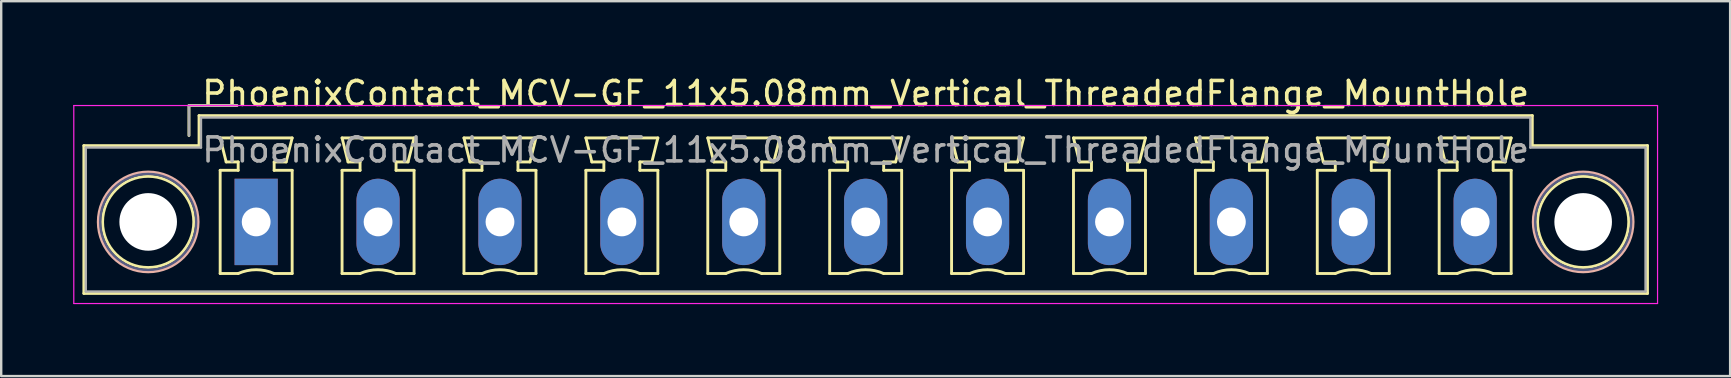
<source format=kicad_pcb>
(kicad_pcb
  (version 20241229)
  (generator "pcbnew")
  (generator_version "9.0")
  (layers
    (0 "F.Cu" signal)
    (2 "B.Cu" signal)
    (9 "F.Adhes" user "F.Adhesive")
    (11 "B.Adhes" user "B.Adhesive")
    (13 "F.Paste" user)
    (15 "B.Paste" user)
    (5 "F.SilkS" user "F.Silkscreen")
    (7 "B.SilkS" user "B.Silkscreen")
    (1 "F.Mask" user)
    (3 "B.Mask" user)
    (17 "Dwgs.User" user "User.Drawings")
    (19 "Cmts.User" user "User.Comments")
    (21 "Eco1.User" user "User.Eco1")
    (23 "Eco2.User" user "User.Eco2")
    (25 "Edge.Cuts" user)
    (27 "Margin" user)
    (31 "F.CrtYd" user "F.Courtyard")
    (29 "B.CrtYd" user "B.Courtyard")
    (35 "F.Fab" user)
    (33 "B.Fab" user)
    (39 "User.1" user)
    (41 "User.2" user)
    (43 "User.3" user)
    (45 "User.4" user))
  (footprint "PhoenixContact_MCV-GF_11x5.08mm_Vertical_ThreadedFlange_MountHole"
    (layer "F.Cu")
    (at 7.625 6.198)
    (property "Reference" "PhoenixContact_MCV-GF_11x5.08mm_Vertical_ThreadedFlange_MountHole" (at 25.4 -5.35 0) (layer "F.SilkS") (effects (font (size 1 1) (thickness 0.15))))
    (attr through_hole)
    (fp_line (start -7.18 -3.18) (end -7.18 2.98) (stroke (width 0.12) (type solid)) (layer "F.SilkS"))
    (fp_line (start -7.18 2.98) (end 57.98 2.98) (stroke (width 0.12) (type solid)) (layer "F.SilkS"))
    (fp_line (start -2.8 -4.85) (end -0.8 -4.85) (stroke (width 0.12) (type solid)) (layer "F.SilkS"))
    (fp_line (start -2.8 -3.6) (end -2.8 -4.85) (stroke (width 0.12) (type solid)) (layer "F.SilkS"))
    (fp_line (start -2.38 -4.43) (end -2.38 -3.18) (stroke (width 0.12) (type solid)) (layer "F.SilkS"))
    (fp_line (start -2.38 -3.18) (end -7.18 -3.18) (stroke (width 0.12) (type solid)) (layer "F.SilkS"))
    (fp_line (start -1.5 -3.5) (end 1.5 -3.5) (stroke (width 0.12) (type solid)) (layer "F.SilkS"))
    (fp_line (start -1.5 -2.15) (end -0.75 -2.15) (stroke (width 0.12) (type solid)) (layer "F.SilkS"))
    (fp_line (start -1.5 2.15) (end -1.5 -2.15) (stroke (width 0.12) (type solid)) (layer "F.SilkS"))
    (fp_line (start -1.25 -2.5) (end -1.5 -3.5) (stroke (width 0.12) (type solid)) (layer "F.SilkS"))
    (fp_line (start -0.75 -2.5) (end -1.25 -2.5) (stroke (width 0.12) (type solid)) (layer "F.SilkS"))
    (fp_line (start -0.75 -2.15) (end -0.75 -2.5) (stroke (width 0.12) (type solid)) (layer "F.SilkS"))
    (fp_line (start -0.75 2.15) (end -1.5 2.15) (stroke (width 0.12) (type solid)) (layer "F.SilkS"))
    (fp_line (start 0.75 -2.5) (end 0.75 -2.15) (stroke (width 0.12) (type solid)) (layer "F.SilkS"))
    (fp_line (start 0.75 -2.15) (end 1.5 -2.15) (stroke (width 0.12) (type solid)) (layer "F.SilkS"))
    (fp_line (start 1.25 -2.5) (end 0.75 -2.5) (stroke (width 0.12) (type solid)) (layer "F.SilkS"))
    (fp_line (start 1.5 -3.5) (end 1.25 -2.5) (stroke (width 0.12) (type solid)) (layer "F.SilkS"))
    (fp_line (start 1.5 -2.15) (end 1.5 2.15) (stroke (width 0.12) (type solid)) (layer "F.SilkS"))
    (fp_line (start 1.5 2.15) (end 0.75 2.15) (stroke (width 0.12) (type solid)) (layer "F.SilkS"))
    (fp_line (start 3.58 -3.5) (end 6.58 -3.5) (stroke (width 0.12) (type solid)) (layer "F.SilkS"))
    (fp_line (start 3.58 -2.15) (end 4.33 -2.15) (stroke (width 0.12) (type solid)) (layer "F.SilkS"))
    (fp_line (start 3.58 2.15) (end 3.58 -2.15) (stroke (width 0.12) (type solid)) (layer "F.SilkS"))
    (fp_line (start 3.83 -2.5) (end 3.58 -3.5) (stroke (width 0.12) (type solid)) (layer "F.SilkS"))
    (fp_line (start 4.33 -2.5) (end 3.83 -2.5) (stroke (width 0.12) (type solid)) (layer "F.SilkS"))
    (fp_line (start 4.33 -2.15) (end 4.33 -2.5) (stroke (width 0.12) (type solid)) (layer "F.SilkS"))
    (fp_line (start 4.33 2.15) (end 3.58 2.15) (stroke (width 0.12) (type solid)) (layer "F.SilkS"))
    (fp_line (start 5.83 -2.5) (end 5.83 -2.15) (stroke (width 0.12) (type solid)) (layer "F.SilkS"))
    (fp_line (start 5.83 -2.15) (end 6.58 -2.15) (stroke (width 0.12) (type solid)) (layer "F.SilkS"))
    (fp_line (start 6.33 -2.5) (end 5.83 -2.5) (stroke (width 0.12) (type solid)) (layer "F.SilkS"))
    (fp_line (start 6.58 -3.5) (end 6.33 -2.5) (stroke (width 0.12) (type solid)) (layer "F.SilkS"))
    (fp_line (start 6.58 -2.15) (end 6.58 2.15) (stroke (width 0.12) (type solid)) (layer "F.SilkS"))
    (fp_line (start 6.58 2.15) (end 5.83 2.15) (stroke (width 0.12) (type solid)) (layer "F.SilkS"))
    (fp_line (start 8.66 -3.5) (end 11.66 -3.5) (stroke (width 0.12) (type solid)) (layer "F.SilkS"))
    (fp_line (start 8.66 -2.15) (end 9.41 -2.15) (stroke (width 0.12) (type solid)) (layer "F.SilkS"))
    (fp_line (start 8.66 2.15) (end 8.66 -2.15) (stroke (width 0.12) (type solid)) (layer "F.SilkS"))
    (fp_line (start 8.91 -2.5) (end 8.66 -3.5) (stroke (width 0.12) (type solid)) (layer "F.SilkS"))
    (fp_line (start 9.41 -2.5) (end 8.91 -2.5) (stroke (width 0.12) (type solid)) (layer "F.SilkS"))
    (fp_line (start 9.41 -2.15) (end 9.41 -2.5) (stroke (width 0.12) (type solid)) (layer "F.SilkS"))
    (fp_line (start 9.41 2.15) (end 8.66 2.15) (stroke (width 0.12) (type solid)) (layer "F.SilkS"))
    (fp_line (start 10.91 -2.5) (end 10.91 -2.15) (stroke (width 0.12) (type solid)) (layer "F.SilkS"))
    (fp_line (start 10.91 -2.15) (end 11.66 -2.15) (stroke (width 0.12) (type solid)) (layer "F.SilkS"))
    (fp_line (start 11.41 -2.5) (end 10.91 -2.5) (stroke (width 0.12) (type solid)) (layer "F.SilkS"))
    (fp_line (start 11.66 -3.5) (end 11.41 -2.5) (stroke (width 0.12) (type solid)) (layer "F.SilkS"))
    (fp_line (start 11.66 -2.15) (end 11.66 2.15) (stroke (width 0.12) (type solid)) (layer "F.SilkS"))
    (fp_line (start 11.66 2.15) (end 10.91 2.15) (stroke (width 0.12) (type solid)) (layer "F.SilkS"))
    (fp_line (start 13.74 -3.5) (end 16.74 -3.5) (stroke (width 0.12) (type solid)) (layer "F.SilkS"))
    (fp_line (start 13.74 -2.15) (end 14.49 -2.15) (stroke (width 0.12) (type solid)) (layer "F.SilkS"))
    (fp_line (start 13.74 2.15) (end 13.74 -2.15) (stroke (width 0.12) (type solid)) (layer "F.SilkS"))
    (fp_line (start 13.99 -2.5) (end 13.74 -3.5) (stroke (width 0.12) (type solid)) (layer "F.SilkS"))
    (fp_line (start 14.49 -2.5) (end 13.99 -2.5) (stroke (width 0.12) (type solid)) (layer "F.SilkS"))
    (fp_line (start 14.49 -2.15) (end 14.49 -2.5) (stroke (width 0.12) (type solid)) (layer "F.SilkS"))
    (fp_line (start 14.49 2.15) (end 13.74 2.15) (stroke (width 0.12) (type solid)) (layer "F.SilkS"))
    (fp_line (start 15.99 -2.5) (end 15.99 -2.15) (stroke (width 0.12) (type solid)) (layer "F.SilkS"))
    (fp_line (start 15.99 -2.15) (end 16.74 -2.15) (stroke (width 0.12) (type solid)) (layer "F.SilkS"))
    (fp_line (start 16.49 -2.5) (end 15.99 -2.5) (stroke (width 0.12) (type solid)) (layer "F.SilkS"))
    (fp_line (start 16.74 -3.5) (end 16.49 -2.5) (stroke (width 0.12) (type solid)) (layer "F.SilkS"))
    (fp_line (start 16.74 -2.15) (end 16.74 2.15) (stroke (width 0.12) (type solid)) (layer "F.SilkS"))
    (fp_line (start 16.74 2.15) (end 15.99 2.15) (stroke (width 0.12) (type solid)) (layer "F.SilkS"))
    (fp_line (start 18.82 -3.5) (end 21.82 -3.5) (stroke (width 0.12) (type solid)) (layer "F.SilkS"))
    (fp_line (start 18.82 -2.15) (end 19.57 -2.15) (stroke (width 0.12) (type solid)) (layer "F.SilkS"))
    (fp_line (start 18.82 2.15) (end 18.82 -2.15) (stroke (width 0.12) (type solid)) (layer "F.SilkS"))
    (fp_line (start 19.07 -2.5) (end 18.82 -3.5) (stroke (width 0.12) (type solid)) (layer "F.SilkS"))
    (fp_line (start 19.57 -2.5) (end 19.07 -2.5) (stroke (width 0.12) (type solid)) (layer "F.SilkS"))
    (fp_line (start 19.57 -2.15) (end 19.57 -2.5) (stroke (width 0.12) (type solid)) (layer "F.SilkS"))
    (fp_line (start 19.57 2.15) (end 18.82 2.15) (stroke (width 0.12) (type solid)) (layer "F.SilkS"))
    (fp_line (start 21.07 -2.5) (end 21.07 -2.15) (stroke (width 0.12) (type solid)) (layer "F.SilkS"))
    (fp_line (start 21.07 -2.15) (end 21.82 -2.15) (stroke (width 0.12) (type solid)) (layer "F.SilkS"))
    (fp_line (start 21.57 -2.5) (end 21.07 -2.5) (stroke (width 0.12) (type solid)) (layer "F.SilkS"))
    (fp_line (start 21.82 -3.5) (end 21.57 -2.5) (stroke (width 0.12) (type solid)) (layer "F.SilkS"))
    (fp_line (start 21.82 -2.15) (end 21.82 2.15) (stroke (width 0.12) (type solid)) (layer "F.SilkS"))
    (fp_line (start 21.82 2.15) (end 21.07 2.15) (stroke (width 0.12) (type solid)) (layer "F.SilkS"))
    (fp_line (start 23.9 -3.5) (end 26.9 -3.5) (stroke (width 0.12) (type solid)) (layer "F.SilkS"))
    (fp_line (start 23.9 -2.15) (end 24.65 -2.15) (stroke (width 0.12) (type solid)) (layer "F.SilkS"))
    (fp_line (start 23.9 2.15) (end 23.9 -2.15) (stroke (width 0.12) (type solid)) (layer "F.SilkS"))
    (fp_line (start 24.15 -2.5) (end 23.9 -3.5) (stroke (width 0.12) (type solid)) (layer "F.SilkS"))
    (fp_line (start 24.65 -2.5) (end 24.15 -2.5) (stroke (width 0.12) (type solid)) (layer "F.SilkS"))
    (fp_line (start 24.65 -2.15) (end 24.65 -2.5) (stroke (width 0.12) (type solid)) (layer "F.SilkS"))
    (fp_line (start 24.65 2.15) (end 23.9 2.15) (stroke (width 0.12) (type solid)) (layer "F.SilkS"))
    (fp_line (start 26.15 -2.5) (end 26.15 -2.15) (stroke (width 0.12) (type solid)) (layer "F.SilkS"))
    (fp_line (start 26.15 -2.15) (end 26.9 -2.15) (stroke (width 0.12) (type solid)) (layer "F.SilkS"))
    (fp_line (start 26.65 -2.5) (end 26.15 -2.5) (stroke (width 0.12) (type solid)) (layer "F.SilkS"))
    (fp_line (start 26.9 -3.5) (end 26.65 -2.5) (stroke (width 0.12) (type solid)) (layer "F.SilkS"))
    (fp_line (start 26.9 -2.15) (end 26.9 2.15) (stroke (width 0.12) (type solid)) (layer "F.SilkS"))
    (fp_line (start 26.9 2.15) (end 26.15 2.15) (stroke (width 0.12) (type solid)) (layer "F.SilkS"))
    (fp_line (start 28.98 -3.5) (end 31.98 -3.5) (stroke (width 0.12) (type solid)) (layer "F.SilkS"))
    (fp_line (start 28.98 -2.15) (end 29.73 -2.15) (stroke (width 0.12) (type solid)) (layer "F.SilkS"))
    (fp_line (start 28.98 2.15) (end 28.98 -2.15) (stroke (width 0.12) (type solid)) (layer "F.SilkS"))
    (fp_line (start 29.23 -2.5) (end 28.98 -3.5) (stroke (width 0.12) (type solid)) (layer "F.SilkS"))
    (fp_line (start 29.73 -2.5) (end 29.23 -2.5) (stroke (width 0.12) (type solid)) (layer "F.SilkS"))
    (fp_line (start 29.73 -2.15) (end 29.73 -2.5) (stroke (width 0.12) (type solid)) (layer "F.SilkS"))
    (fp_line (start 29.73 2.15) (end 28.98 2.15) (stroke (width 0.12) (type solid)) (layer "F.SilkS"))
    (fp_line (start 31.23 -2.5) (end 31.23 -2.15) (stroke (width 0.12) (type solid)) (layer "F.SilkS"))
    (fp_line (start 31.23 -2.15) (end 31.98 -2.15) (stroke (width 0.12) (type solid)) (layer "F.SilkS"))
    (fp_line (start 31.73 -2.5) (end 31.23 -2.5) (stroke (width 0.12) (type solid)) (layer "F.SilkS"))
    (fp_line (start 31.98 -3.5) (end 31.73 -2.5) (stroke (width 0.12) (type solid)) (layer "F.SilkS"))
    (fp_line (start 31.98 -2.15) (end 31.98 2.15) (stroke (width 0.12) (type solid)) (layer "F.SilkS"))
    (fp_line (start 31.98 2.15) (end 31.23 2.15) (stroke (width 0.12) (type solid)) (layer "F.SilkS"))
    (fp_line (start 34.06 -3.5) (end 37.06 -3.5) (stroke (width 0.12) (type solid)) (layer "F.SilkS"))
    (fp_line (start 34.06 -2.15) (end 34.81 -2.15) (stroke (width 0.12) (type solid)) (layer "F.SilkS"))
    (fp_line (start 34.06 2.15) (end 34.06 -2.15) (stroke (width 0.12) (type solid)) (layer "F.SilkS"))
    (fp_line (start 34.31 -2.5) (end 34.06 -3.5) (stroke (width 0.12) (type solid)) (layer "F.SilkS"))
    (fp_line (start 34.81 -2.5) (end 34.31 -2.5) (stroke (width 0.12) (type solid)) (layer "F.SilkS"))
    (fp_line (start 34.81 -2.15) (end 34.81 -2.5) (stroke (width 0.12) (type solid)) (layer "F.SilkS"))
    (fp_line (start 34.81 2.15) (end 34.06 2.15) (stroke (width 0.12) (type solid)) (layer "F.SilkS"))
    (fp_line (start 36.31 -2.5) (end 36.31 -2.15) (stroke (width 0.12) (type solid)) (layer "F.SilkS"))
    (fp_line (start 36.31 -2.15) (end 37.06 -2.15) (stroke (width 0.12) (type solid)) (layer "F.SilkS"))
    (fp_line (start 36.81 -2.5) (end 36.31 -2.5) (stroke (width 0.12) (type solid)) (layer "F.SilkS"))
    (fp_line (start 37.06 -3.5) (end 36.81 -2.5) (stroke (width 0.12) (type solid)) (layer "F.SilkS"))
    (fp_line (start 37.06 -2.15) (end 37.06 2.15) (stroke (width 0.12) (type solid)) (layer "F.SilkS"))
    (fp_line (start 37.06 2.15) (end 36.31 2.15) (stroke (width 0.12) (type solid)) (layer "F.SilkS"))
    (fp_line (start 39.14 -3.5) (end 42.14 -3.5) (stroke (width 0.12) (type solid)) (layer "F.SilkS"))
    (fp_line (start 39.14 -2.15) (end 39.89 -2.15) (stroke (width 0.12) (type solid)) (layer "F.SilkS"))
    (fp_line (start 39.14 2.15) (end 39.14 -2.15) (stroke (width 0.12) (type solid)) (layer "F.SilkS"))
    (fp_line (start 39.39 -2.5) (end 39.14 -3.5) (stroke (width 0.12) (type solid)) (layer "F.SilkS"))
    (fp_line (start 39.89 -2.5) (end 39.39 -2.5) (stroke (width 0.12) (type solid)) (layer "F.SilkS"))
    (fp_line (start 39.89 -2.15) (end 39.89 -2.5) (stroke (width 0.12) (type solid)) (layer "F.SilkS"))
    (fp_line (start 39.89 2.15) (end 39.14 2.15) (stroke (width 0.12) (type solid)) (layer "F.SilkS"))
    (fp_line (start 41.39 -2.5) (end 41.39 -2.15) (stroke (width 0.12) (type solid)) (layer "F.SilkS"))
    (fp_line (start 41.39 -2.15) (end 42.14 -2.15) (stroke (width 0.12) (type solid)) (layer "F.SilkS"))
    (fp_line (start 41.89 -2.5) (end 41.39 -2.5) (stroke (width 0.12) (type solid)) (layer "F.SilkS"))
    (fp_line (start 42.14 -3.5) (end 41.89 -2.5) (stroke (width 0.12) (type solid)) (layer "F.SilkS"))
    (fp_line (start 42.14 -2.15) (end 42.14 2.15) (stroke (width 0.12) (type solid)) (layer "F.SilkS"))
    (fp_line (start 42.14 2.15) (end 41.39 2.15) (stroke (width 0.12) (type solid)) (layer "F.SilkS"))
    (fp_line (start 44.22 -3.5) (end 47.22 -3.5) (stroke (width 0.12) (type solid)) (layer "F.SilkS"))
    (fp_line (start 44.22 -2.15) (end 44.97 -2.15) (stroke (width 0.12) (type solid)) (layer "F.SilkS"))
    (fp_line (start 44.22 2.15) (end 44.22 -2.15) (stroke (width 0.12) (type solid)) (layer "F.SilkS"))
    (fp_line (start 44.47 -2.5) (end 44.22 -3.5) (stroke (width 0.12) (type solid)) (layer "F.SilkS"))
    (fp_line (start 44.97 -2.5) (end 44.47 -2.5) (stroke (width 0.12) (type solid)) (layer "F.SilkS"))
    (fp_line (start 44.97 -2.15) (end 44.97 -2.5) (stroke (width 0.12) (type solid)) (layer "F.SilkS"))
    (fp_line (start 44.97 2.15) (end 44.22 2.15) (stroke (width 0.12) (type solid)) (layer "F.SilkS"))
    (fp_line (start 46.47 -2.5) (end 46.47 -2.15) (stroke (width 0.12) (type solid)) (layer "F.SilkS"))
    (fp_line (start 46.47 -2.15) (end 47.22 -2.15) (stroke (width 0.12) (type solid)) (layer "F.SilkS"))
    (fp_line (start 46.97 -2.5) (end 46.47 -2.5) (stroke (width 0.12) (type solid)) (layer "F.SilkS"))
    (fp_line (start 47.22 -3.5) (end 46.97 -2.5) (stroke (width 0.12) (type solid)) (layer "F.SilkS"))
    (fp_line (start 47.22 -2.15) (end 47.22 2.15) (stroke (width 0.12) (type solid)) (layer "F.SilkS"))
    (fp_line (start 47.22 2.15) (end 46.47 2.15) (stroke (width 0.12) (type solid)) (layer "F.SilkS"))
    (fp_line (start 49.3 -3.5) (end 52.3 -3.5) (stroke (width 0.12) (type solid)) (layer "F.SilkS"))
    (fp_line (start 49.3 -2.15) (end 50.05 -2.15) (stroke (width 0.12) (type solid)) (layer "F.SilkS"))
    (fp_line (start 49.3 2.15) (end 49.3 -2.15) (stroke (width 0.12) (type solid)) (layer "F.SilkS"))
    (fp_line (start 49.55 -2.5) (end 49.3 -3.5) (stroke (width 0.12) (type solid)) (layer "F.SilkS"))
    (fp_line (start 50.05 -2.5) (end 49.55 -2.5) (stroke (width 0.12) (type solid)) (layer "F.SilkS"))
    (fp_line (start 50.05 -2.15) (end 50.05 -2.5) (stroke (width 0.12) (type solid)) (layer "F.SilkS"))
    (fp_line (start 50.05 2.15) (end 49.3 2.15) (stroke (width 0.12) (type solid)) (layer "F.SilkS"))
    (fp_line (start 51.55 -2.5) (end 51.55 -2.15) (stroke (width 0.12) (type solid)) (layer "F.SilkS"))
    (fp_line (start 51.55 -2.15) (end 52.3 -2.15) (stroke (width 0.12) (type solid)) (layer "F.SilkS"))
    (fp_line (start 52.05 -2.5) (end 51.55 -2.5) (stroke (width 0.12) (type solid)) (layer "F.SilkS"))
    (fp_line (start 52.3 -3.5) (end 52.05 -2.5) (stroke (width 0.12) (type solid)) (layer "F.SilkS"))
    (fp_line (start 52.3 -2.15) (end 52.3 2.15) (stroke (width 0.12) (type solid)) (layer "F.SilkS"))
    (fp_line (start 52.3 2.15) (end 51.55 2.15) (stroke (width 0.12) (type solid)) (layer "F.SilkS"))
    (fp_line (start 53.18 -4.43) (end -2.38 -4.43) (stroke (width 0.12) (type solid)) (layer "F.SilkS"))
    (fp_line (start 53.18 -3.18) (end 53.18 -4.43) (stroke (width 0.12) (type solid)) (layer "F.SilkS"))
    (fp_line (start 57.98 -3.18) (end 53.18 -3.18) (stroke (width 0.12) (type solid)) (layer "F.SilkS"))
    (fp_line (start 57.98 2.98) (end 57.98 -3.18) (stroke (width 0.12) (type solid)) (layer "F.SilkS"))
    (fp_arc (start -0.75 2.15) (mid -0.000193 1.99191) (end 0.749647 2.149844) (stroke (width 0.12) (type solid)) (layer "F.SilkS"))
    (fp_arc (start 4.33 2.15) (mid 5.079807 1.99191) (end 5.829647 2.149844) (stroke (width 0.12) (type solid)) (layer "F.SilkS"))
    (fp_arc (start 9.41 2.15) (mid 10.159807 1.99191) (end 10.909647 2.149844) (stroke (width 0.12) (type solid)) (layer "F.SilkS"))
    (fp_arc (start 14.49 2.15) (mid 15.239807 1.99191) (end 15.989647 2.149844) (stroke (width 0.12) (type solid)) (layer "F.SilkS"))
    (fp_arc (start 19.57 2.15) (mid 20.319807 1.99191) (end 21.069647 2.149844) (stroke (width 0.12) (type solid)) (layer "F.SilkS"))
    (fp_arc (start 24.65 2.15) (mid 25.399807 1.99191) (end 26.149647 2.149844) (stroke (width 0.12) (type solid)) (layer "F.SilkS"))
    (fp_arc (start 29.73 2.15) (mid 30.479807 1.99191) (end 31.229647 2.149844) (stroke (width 0.12) (type solid)) (layer "F.SilkS"))
    (fp_arc (start 34.81 2.15) (mid 35.559807 1.99191) (end 36.309647 2.149844) (stroke (width 0.12) (type solid)) (layer "F.SilkS"))
    (fp_arc (start 39.89 2.15) (mid 40.639807 1.99191) (end 41.389647 2.149844) (stroke (width 0.12) (type solid)) (layer "F.SilkS"))
    (fp_arc (start 44.97 2.15) (mid 45.719807 1.99191) (end 46.469647 2.149844) (stroke (width 0.12) (type solid)) (layer "F.SilkS"))
    (fp_arc (start 50.05 2.15) (mid 50.799807 1.99191) (end 51.549647 2.149844) (stroke (width 0.12) (type solid)) (layer "F.SilkS"))
    (fp_circle (center -4.5 0) (end -2.6 0) (stroke (width 0.12) (type solid)) (fill no) (layer "F.SilkS"))
    (fp_circle (center 55.3 0) (end 57.2 0) (stroke (width 0.12) (type solid)) (fill no) (layer "F.SilkS"))
    (fp_circle (center -4.5 0) (end -2.42 0) (stroke (width 0.12) (type solid)) (fill no) (layer "B.SilkS"))
    (fp_circle (center 55.3 0) (end 57.38 0) (stroke (width 0.12) (type solid)) (fill no) (layer "B.SilkS"))
    (fp_line (start -7.6 -4.85) (end -7.6 3.4) (stroke (width 0.05) (type solid)) (layer "F.CrtYd"))
    (fp_line (start -7.6 3.4) (end 58.4 3.4) (stroke (width 0.05) (type solid)) (layer "F.CrtYd"))
    (fp_line (start 58.4 -4.85) (end -7.6 -4.85) (stroke (width 0.05) (type solid)) (layer "F.CrtYd"))
    (fp_line (start 58.4 3.4) (end 58.4 -4.85) (stroke (width 0.05) (type solid)) (layer "F.CrtYd"))
    (fp_circle (center -4.5 0) (end -2.5 0) (stroke (width 0.1) (type solid)) (fill no) (layer "B.Fab"))
    (fp_circle (center 55.3 0) (end 57.3 0) (stroke (width 0.1) (type solid)) (fill no) (layer "B.Fab"))
    (fp_line (start -7.1 -3.1) (end -7.1 2.9) (stroke (width 0.1) (type solid)) (layer "F.Fab"))
    (fp_line (start -7.1 2.9) (end 57.9 2.9) (stroke (width 0.1) (type solid)) (layer "F.Fab"))
    (fp_line (start -2.8 -4.85) (end -0.8 -4.85) (stroke (width 0.1) (type solid)) (layer "F.Fab"))
    (fp_line (start -2.8 -3.6) (end -2.8 -4.85) (stroke (width 0.1) (type solid)) (layer "F.Fab"))
    (fp_line (start -2.3 -4.35) (end -2.3 -3.1) (stroke (width 0.1) (type solid)) (layer "F.Fab"))
    (fp_line (start -2.3 -3.1) (end -7.1 -3.1) (stroke (width 0.1) (type solid)) (layer "F.Fab"))
    (fp_line (start 53.1 -4.35) (end -2.3 -4.35) (stroke (width 0.1) (type solid)) (layer "F.Fab"))
    (fp_line (start 53.1 -3.1) (end 53.1 -4.35) (stroke (width 0.1) (type solid)) (layer "F.Fab"))
    (fp_line (start 57.9 -3.1) (end 53.1 -3.1) (stroke (width 0.1) (type solid)) (layer "F.Fab"))
    (fp_line (start 57.9 2.9) (end 57.9 -3.1) (stroke (width 0.1) (type solid)) (layer "F.Fab"))
    (fp_text user "${REFERENCE}" (at 25.4 -3 0) (layer "F.Fab") (effects (font (size 1 1) (thickness 0.15))))
    (pad "" np_thru_hole circle (at -4.5 0) (size 2.4 2.4) (drill 2.4) (layers "*.Cu" "*.Mask"))
    (pad "" np_thru_hole circle (at 55.3 0) (size 2.4 2.4) (drill 2.4) (layers "*.Cu" "*.Mask"))
    (pad "1" thru_hole rect (at 0 0) (size 1.8 3.6) (drill 1.2) (layers "*.Cu" "*.Mask"))
    (pad "2" thru_hole oval (at 5.08 0) (size 1.8 3.6) (drill 1.2) (layers "*.Cu" "*.Mask"))
    (pad "3" thru_hole oval (at 10.16 0) (size 1.8 3.6) (drill 1.2) (layers "*.Cu" "*.Mask"))
    (pad "4" thru_hole oval (at 15.24 0) (size 1.8 3.6) (drill 1.2) (layers "*.Cu" "*.Mask"))
    (pad "5" thru_hole oval (at 20.32 0) (size 1.8 3.6) (drill 1.2) (layers "*.Cu" "*.Mask"))
    (pad "6" thru_hole oval (at 25.4 0) (size 1.8 3.6) (drill 1.2) (layers "*.Cu" "*.Mask"))
    (pad "7" thru_hole oval (at 30.48 0) (size 1.8 3.6) (drill 1.2) (layers "*.Cu" "*.Mask"))
    (pad "8" thru_hole oval (at 35.56 0) (size 1.8 3.6) (drill 1.2) (layers "*.Cu" "*.Mask"))
    (pad "9" thru_hole oval (at 40.64 0) (size 1.8 3.6) (drill 1.2) (layers "*.Cu" "*.Mask"))
    (pad "10" thru_hole oval (at 45.72 0) (size 1.8 3.6) (drill 1.2) (layers "*.Cu" "*.Mask"))
    (pad "11" thru_hole oval (at 50.8 0) (size 1.8 3.6) (drill 1.2) (layers "*.Cu" "*.Mask")))
  (gr_rect
    (start -3 -3)
    (end 69.05 12.623)
    (stroke (width 0.1) (type default))
    (fill no)
    (layer "Edge.Cuts")))
</source>
